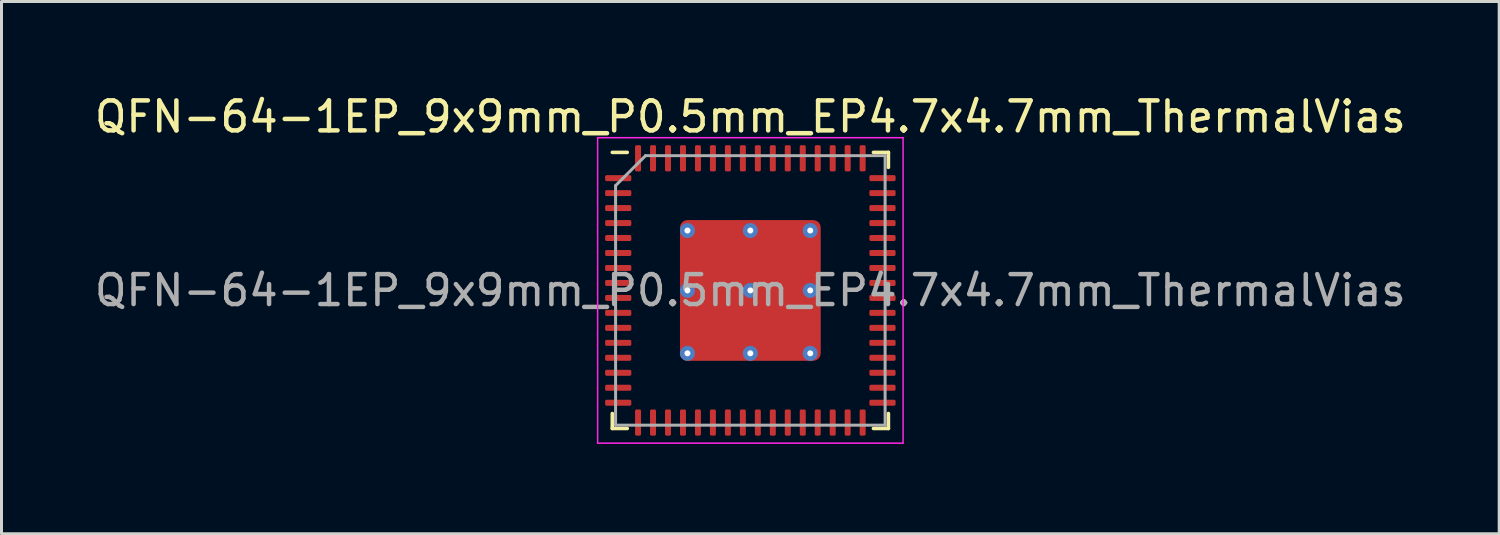
<source format=kicad_pcb>
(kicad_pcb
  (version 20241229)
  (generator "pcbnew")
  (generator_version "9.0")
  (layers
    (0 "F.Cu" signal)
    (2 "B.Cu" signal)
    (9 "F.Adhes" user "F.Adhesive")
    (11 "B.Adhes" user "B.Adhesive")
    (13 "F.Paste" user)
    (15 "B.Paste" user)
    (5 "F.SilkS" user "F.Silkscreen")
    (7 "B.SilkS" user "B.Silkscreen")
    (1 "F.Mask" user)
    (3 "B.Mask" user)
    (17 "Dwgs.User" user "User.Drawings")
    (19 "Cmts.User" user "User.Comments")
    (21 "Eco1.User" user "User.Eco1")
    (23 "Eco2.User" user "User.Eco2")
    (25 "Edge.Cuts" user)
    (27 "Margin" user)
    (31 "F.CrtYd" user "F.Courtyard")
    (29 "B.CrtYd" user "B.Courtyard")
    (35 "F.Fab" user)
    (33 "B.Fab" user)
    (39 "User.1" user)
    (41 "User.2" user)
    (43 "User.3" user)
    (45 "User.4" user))
  (footprint "QFN-64-1EP_9x9mm_P0.5mm_EP4.7x4.7mm_ThermalVias"
    (layer "F.Cu")
    (at 22.006 6.648)
    (property "Reference" "QFN-64-1EP_9x9mm_P0.5mm_EP4.7x4.7mm_ThermalVias" (at 0 -5.8 0) (layer "F.SilkS") (effects (font (size 1 1) (thickness 0.15))))
    (attr smd)
    (fp_line (start -4.61 4.61) (end -4.61 4.11) (stroke (width 0.12) (type solid)) (layer "F.SilkS"))
    (fp_line (start -4.11 -4.61) (end -4.61 -4.61) (stroke (width 0.12) (type solid)) (layer "F.SilkS"))
    (fp_line (start -4.11 4.61) (end -4.61 4.61) (stroke (width 0.12) (type solid)) (layer "F.SilkS"))
    (fp_line (start 4.11 -4.61) (end 4.61 -4.61) (stroke (width 0.12) (type solid)) (layer "F.SilkS"))
    (fp_line (start 4.11 4.61) (end 4.61 4.61) (stroke (width 0.12) (type solid)) (layer "F.SilkS"))
    (fp_line (start 4.61 -4.61) (end 4.61 -4.11) (stroke (width 0.12) (type solid)) (layer "F.SilkS"))
    (fp_line (start 4.61 4.61) (end 4.61 4.11) (stroke (width 0.12) (type solid)) (layer "F.SilkS"))
    (fp_line (start -5.1 -5.1) (end -5.1 5.1) (stroke (width 0.05) (type solid)) (layer "F.CrtYd"))
    (fp_line (start -5.1 5.1) (end 5.1 5.1) (stroke (width 0.05) (type solid)) (layer "F.CrtYd"))
    (fp_line (start 5.1 -5.1) (end -5.1 -5.1) (stroke (width 0.05) (type solid)) (layer "F.CrtYd"))
    (fp_line (start 5.1 5.1) (end 5.1 -5.1) (stroke (width 0.05) (type solid)) (layer "F.CrtYd"))
    (fp_line (start -4.5 -3.5) (end -3.5 -4.5) (stroke (width 0.1) (type solid)) (layer "F.Fab"))
    (fp_line (start -4.5 4.5) (end -4.5 -3.5) (stroke (width 0.1) (type solid)) (layer "F.Fab"))
    (fp_line (start -3.5 -4.5) (end 4.5 -4.5) (stroke (width 0.1) (type solid)) (layer "F.Fab"))
    (fp_line (start 4.5 -4.5) (end 4.5 4.5) (stroke (width 0.1) (type solid)) (layer "F.Fab"))
    (fp_line (start 4.5 4.5) (end -4.5 4.5) (stroke (width 0.1) (type solid)) (layer "F.Fab"))
    (fp_text user "${REFERENCE}" (at 0 0 0) (layer "F.Fab") (effects (font (size 1 1) (thickness 0.15))))
    (pad "" smd roundrect (at -1.4 -1.4) (size 1.263 1.263) (layers "F.Paste") (roundrect_rratio 0.198))
    (pad "" smd roundrect (at -1.4 0) (size 1.263 1.263) (layers "F.Paste") (roundrect_rratio 0.198))
    (pad "" smd roundrect (at -1.4 1.4) (size 1.263 1.263) (layers "F.Paste") (roundrect_rratio 0.198))
    (pad "" smd roundrect (at 0 -1.4) (size 1.263 1.263) (layers "F.Paste") (roundrect_rratio 0.198))
    (pad "" smd roundrect (at 0 0) (size 1.263 1.263) (layers "F.Paste") (roundrect_rratio 0.198))
    (pad "" smd roundrect (at 0 1.4) (size 1.263 1.263) (layers "F.Paste") (roundrect_rratio 0.198))
    (pad "" smd roundrect (at 1.4 -1.4) (size 1.263 1.263) (layers "F.Paste") (roundrect_rratio 0.198))
    (pad "" smd roundrect (at 1.4 0) (size 1.263 1.263) (layers "F.Paste") (roundrect_rratio 0.198))
    (pad "" smd roundrect (at 1.4 1.4) (size 1.263 1.263) (layers "F.Paste") (roundrect_rratio 0.198))
    (pad "1" smd roundrect (at -4.412 -3.75) (size 0.875 0.2) (layers "F.Cu" "F.Mask" "F.Paste") (roundrect_rratio 0.25))
    (pad "2" smd roundrect (at -4.412 -3.25) (size 0.875 0.2) (layers "F.Cu" "F.Mask" "F.Paste") (roundrect_rratio 0.25))
    (pad "3" smd roundrect (at -4.412 -2.75) (size 0.875 0.2) (layers "F.Cu" "F.Mask" "F.Paste") (roundrect_rratio 0.25))
    (pad "4" smd roundrect (at -4.412 -2.25) (size 0.875 0.2) (layers "F.Cu" "F.Mask" "F.Paste") (roundrect_rratio 0.25))
    (pad "5" smd roundrect (at -4.412 -1.75) (size 0.875 0.2) (layers "F.Cu" "F.Mask" "F.Paste") (roundrect_rratio 0.25))
    (pad "6" smd roundrect (at -4.412 -1.25) (size 0.875 0.2) (layers "F.Cu" "F.Mask" "F.Paste") (roundrect_rratio 0.25))
    (pad "7" smd roundrect (at -4.412 -0.75) (size 0.875 0.2) (layers "F.Cu" "F.Mask" "F.Paste") (roundrect_rratio 0.25))
    (pad "8" smd roundrect (at -4.412 -0.25) (size 0.875 0.2) (layers "F.Cu" "F.Mask" "F.Paste") (roundrect_rratio 0.25))
    (pad "9" smd roundrect (at -4.412 0.25) (size 0.875 0.2) (layers "F.Cu" "F.Mask" "F.Paste") (roundrect_rratio 0.25))
    (pad "10" smd roundrect (at -4.412 0.75) (size 0.875 0.2) (layers "F.Cu" "F.Mask" "F.Paste") (roundrect_rratio 0.25))
    (pad "11" smd roundrect (at -4.412 1.25) (size 0.875 0.2) (layers "F.Cu" "F.Mask" "F.Paste") (roundrect_rratio 0.25))
    (pad "12" smd roundrect (at -4.412 1.75) (size 0.875 0.2) (layers "F.Cu" "F.Mask" "F.Paste") (roundrect_rratio 0.25))
    (pad "13" smd roundrect (at -4.412 2.25) (size 0.875 0.2) (layers "F.Cu" "F.Mask" "F.Paste") (roundrect_rratio 0.25))
    (pad "14" smd roundrect (at -4.412 2.75) (size 0.875 0.2) (layers "F.Cu" "F.Mask" "F.Paste") (roundrect_rratio 0.25))
    (pad "15" smd roundrect (at -4.412 3.25) (size 0.875 0.2) (layers "F.Cu" "F.Mask" "F.Paste") (roundrect_rratio 0.25))
    (pad "16" smd roundrect (at -4.412 3.75) (size 0.875 0.2) (layers "F.Cu" "F.Mask" "F.Paste") (roundrect_rratio 0.25))
    (pad "17" smd roundrect (at -3.75 4.412) (size 0.2 0.875) (layers "F.Cu" "F.Mask" "F.Paste") (roundrect_rratio 0.25))
    (pad "18" smd roundrect (at -3.25 4.412) (size 0.2 0.875) (layers "F.Cu" "F.Mask" "F.Paste") (roundrect_rratio 0.25))
    (pad "19" smd roundrect (at -2.75 4.412) (size 0.2 0.875) (layers "F.Cu" "F.Mask" "F.Paste") (roundrect_rratio 0.25))
    (pad "20" smd roundrect (at -2.25 4.412) (size 0.2 0.875) (layers "F.Cu" "F.Mask" "F.Paste") (roundrect_rratio 0.25))
    (pad "21" smd roundrect (at -1.75 4.412) (size 0.2 0.875) (layers "F.Cu" "F.Mask" "F.Paste") (roundrect_rratio 0.25))
    (pad "22" smd roundrect (at -1.25 4.412) (size 0.2 0.875) (layers "F.Cu" "F.Mask" "F.Paste") (roundrect_rratio 0.25))
    (pad "23" smd roundrect (at -0.75 4.412) (size 0.2 0.875) (layers "F.Cu" "F.Mask" "F.Paste") (roundrect_rratio 0.25))
    (pad "24" smd roundrect (at -0.25 4.412) (size 0.2 0.875) (layers "F.Cu" "F.Mask" "F.Paste") (roundrect_rratio 0.25))
    (pad "25" smd roundrect (at 0.25 4.412) (size 0.2 0.875) (layers "F.Cu" "F.Mask" "F.Paste") (roundrect_rratio 0.25))
    (pad "26" smd roundrect (at 0.75 4.412) (size 0.2 0.875) (layers "F.Cu" "F.Mask" "F.Paste") (roundrect_rratio 0.25))
    (pad "27" smd roundrect (at 1.25 4.412) (size 0.2 0.875) (layers "F.Cu" "F.Mask" "F.Paste") (roundrect_rratio 0.25))
    (pad "28" smd roundrect (at 1.75 4.412) (size 0.2 0.875) (layers "F.Cu" "F.Mask" "F.Paste") (roundrect_rratio 0.25))
    (pad "29" smd roundrect (at 2.25 4.412) (size 0.2 0.875) (layers "F.Cu" "F.Mask" "F.Paste") (roundrect_rratio 0.25))
    (pad "30" smd roundrect (at 2.75 4.412) (size 0.2 0.875) (layers "F.Cu" "F.Mask" "F.Paste") (roundrect_rratio 0.25))
    (pad "31" smd roundrect (at 3.25 4.412) (size 0.2 0.875) (layers "F.Cu" "F.Mask" "F.Paste") (roundrect_rratio 0.25))
    (pad "32" smd roundrect (at 3.75 4.412) (size 0.2 0.875) (layers "F.Cu" "F.Mask" "F.Paste") (roundrect_rratio 0.25))
    (pad "33" smd roundrect (at 4.412 3.75) (size 0.875 0.2) (layers "F.Cu" "F.Mask" "F.Paste") (roundrect_rratio 0.25))
    (pad "34" smd roundrect (at 4.412 3.25) (size 0.875 0.2) (layers "F.Cu" "F.Mask" "F.Paste") (roundrect_rratio 0.25))
    (pad "35" smd roundrect (at 4.412 2.75) (size 0.875 0.2) (layers "F.Cu" "F.Mask" "F.Paste") (roundrect_rratio 0.25))
    (pad "36" smd roundrect (at 4.412 2.25) (size 0.875 0.2) (layers "F.Cu" "F.Mask" "F.Paste") (roundrect_rratio 0.25))
    (pad "37" smd roundrect (at 4.412 1.75) (size 0.875 0.2) (layers "F.Cu" "F.Mask" "F.Paste") (roundrect_rratio 0.25))
    (pad "38" smd roundrect (at 4.412 1.25) (size 0.875 0.2) (layers "F.Cu" "F.Mask" "F.Paste") (roundrect_rratio 0.25))
    (pad "39" smd roundrect (at 4.412 0.75) (size 0.875 0.2) (layers "F.Cu" "F.Mask" "F.Paste") (roundrect_rratio 0.25))
    (pad "40" smd roundrect (at 4.412 0.25) (size 0.875 0.2) (layers "F.Cu" "F.Mask" "F.Paste") (roundrect_rratio 0.25))
    (pad "41" smd roundrect (at 4.412 -0.25) (size 0.875 0.2) (layers "F.Cu" "F.Mask" "F.Paste") (roundrect_rratio 0.25))
    (pad "42" smd roundrect (at 4.412 -0.75) (size 0.875 0.2) (layers "F.Cu" "F.Mask" "F.Paste") (roundrect_rratio 0.25))
    (pad "43" smd roundrect (at 4.412 -1.25) (size 0.875 0.2) (layers "F.Cu" "F.Mask" "F.Paste") (roundrect_rratio 0.25))
    (pad "44" smd roundrect (at 4.412 -1.75) (size 0.875 0.2) (layers "F.Cu" "F.Mask" "F.Paste") (roundrect_rratio 0.25))
    (pad "45" smd roundrect (at 4.412 -2.25) (size 0.875 0.2) (layers "F.Cu" "F.Mask" "F.Paste") (roundrect_rratio 0.25))
    (pad "46" smd roundrect (at 4.412 -2.75) (size 0.875 0.2) (layers "F.Cu" "F.Mask" "F.Paste") (roundrect_rratio 0.25))
    (pad "47" smd roundrect (at 4.412 -3.25) (size 0.875 0.2) (layers "F.Cu" "F.Mask" "F.Paste") (roundrect_rratio 0.25))
    (pad "48" smd roundrect (at 4.412 -3.75) (size 0.875 0.2) (layers "F.Cu" "F.Mask" "F.Paste") (roundrect_rratio 0.25))
    (pad "49" smd roundrect (at 3.75 -4.412) (size 0.2 0.875) (layers "F.Cu" "F.Mask" "F.Paste") (roundrect_rratio 0.25))
    (pad "50" smd roundrect (at 3.25 -4.412) (size 0.2 0.875) (layers "F.Cu" "F.Mask" "F.Paste") (roundrect_rratio 0.25))
    (pad "51" smd roundrect (at 2.75 -4.412) (size 0.2 0.875) (layers "F.Cu" "F.Mask" "F.Paste") (roundrect_rratio 0.25))
    (pad "52" smd roundrect (at 2.25 -4.412) (size 0.2 0.875) (layers "F.Cu" "F.Mask" "F.Paste") (roundrect_rratio 0.25))
    (pad "53" smd roundrect (at 1.75 -4.412) (size 0.2 0.875) (layers "F.Cu" "F.Mask" "F.Paste") (roundrect_rratio 0.25))
    (pad "54" smd roundrect (at 1.25 -4.412) (size 0.2 0.875) (layers "F.Cu" "F.Mask" "F.Paste") (roundrect_rratio 0.25))
    (pad "55" smd roundrect (at 0.75 -4.412) (size 0.2 0.875) (layers "F.Cu" "F.Mask" "F.Paste") (roundrect_rratio 0.25))
    (pad "56" smd roundrect (at 0.25 -4.412) (size 0.2 0.875) (layers "F.Cu" "F.Mask" "F.Paste") (roundrect_rratio 0.25))
    (pad "57" smd roundrect (at -0.25 -4.412) (size 0.2 0.875) (layers "F.Cu" "F.Mask" "F.Paste") (roundrect_rratio 0.25))
    (pad "58" smd roundrect (at -0.75 -4.412) (size 0.2 0.875) (layers "F.Cu" "F.Mask" "F.Paste") (roundrect_rratio 0.25))
    (pad "59" smd roundrect (at -1.25 -4.412) (size 0.2 0.875) (layers "F.Cu" "F.Mask" "F.Paste") (roundrect_rratio 0.25))
    (pad "60" smd roundrect (at -1.75 -4.412) (size 0.2 0.875) (layers "F.Cu" "F.Mask" "F.Paste") (roundrect_rratio 0.25))
    (pad "61" smd roundrect (at -2.25 -4.412) (size 0.2 0.875) (layers "F.Cu" "F.Mask" "F.Paste") (roundrect_rratio 0.25))
    (pad "62" smd roundrect (at -2.75 -4.412) (size 0.2 0.875) (layers "F.Cu" "F.Mask" "F.Paste") (roundrect_rratio 0.25))
    (pad "63" smd roundrect (at -3.25 -4.412) (size 0.2 0.875) (layers "F.Cu" "F.Mask" "F.Paste") (roundrect_rratio 0.25))
    (pad "64" smd roundrect (at -3.75 -4.412) (size 0.2 0.875) (layers "F.Cu" "F.Mask" "F.Paste") (roundrect_rratio 0.25))
    (pad "65" thru_hole circle (at -2.1 -2) (size 0.5 0.5) (drill 0.2) (layers "*.Cu"))
    (pad "65" thru_hole circle (at -2.1 0) (size 0.5 0.5) (drill 0.2) (layers "*.Cu"))
    (pad "65" thru_hole circle (at -2.1 2.1) (size 0.5 0.5) (drill 0.2) (layers "*.Cu"))
    (pad "65" thru_hole circle (at 0 -2) (size 0.5 0.5) (drill 0.2) (layers "*.Cu"))
    (pad "65" thru_hole circle (at 0 0) (size 0.5 0.5) (drill 0.2) (layers "*.Cu"))
    (pad "65" smd roundrect (at 0 0) (size 4.7 4.7) (layers "F.Cu" "F.Mask") (roundrect_rratio 0.053))
    (pad "65" thru_hole circle (at 0 2.1) (size 0.5 0.5) (drill 0.2) (layers "*.Cu"))
    (pad "65" thru_hole circle (at 2 -2) (size 0.5 0.5) (drill 0.2) (layers "*.Cu"))
    (pad "65" thru_hole circle (at 2 0) (size 0.5 0.5) (drill 0.2) (layers "*.Cu"))
    (pad "65" thru_hole circle (at 2 2.1) (size 0.5 0.5) (drill 0.2) (layers "*.Cu")))
  (gr_rect
    (start -3 -3)
    (end 47.012 14.773)
    (stroke (width 0.1) (type default))
    (fill no)
    (layer "Edge.Cuts")))
</source>
